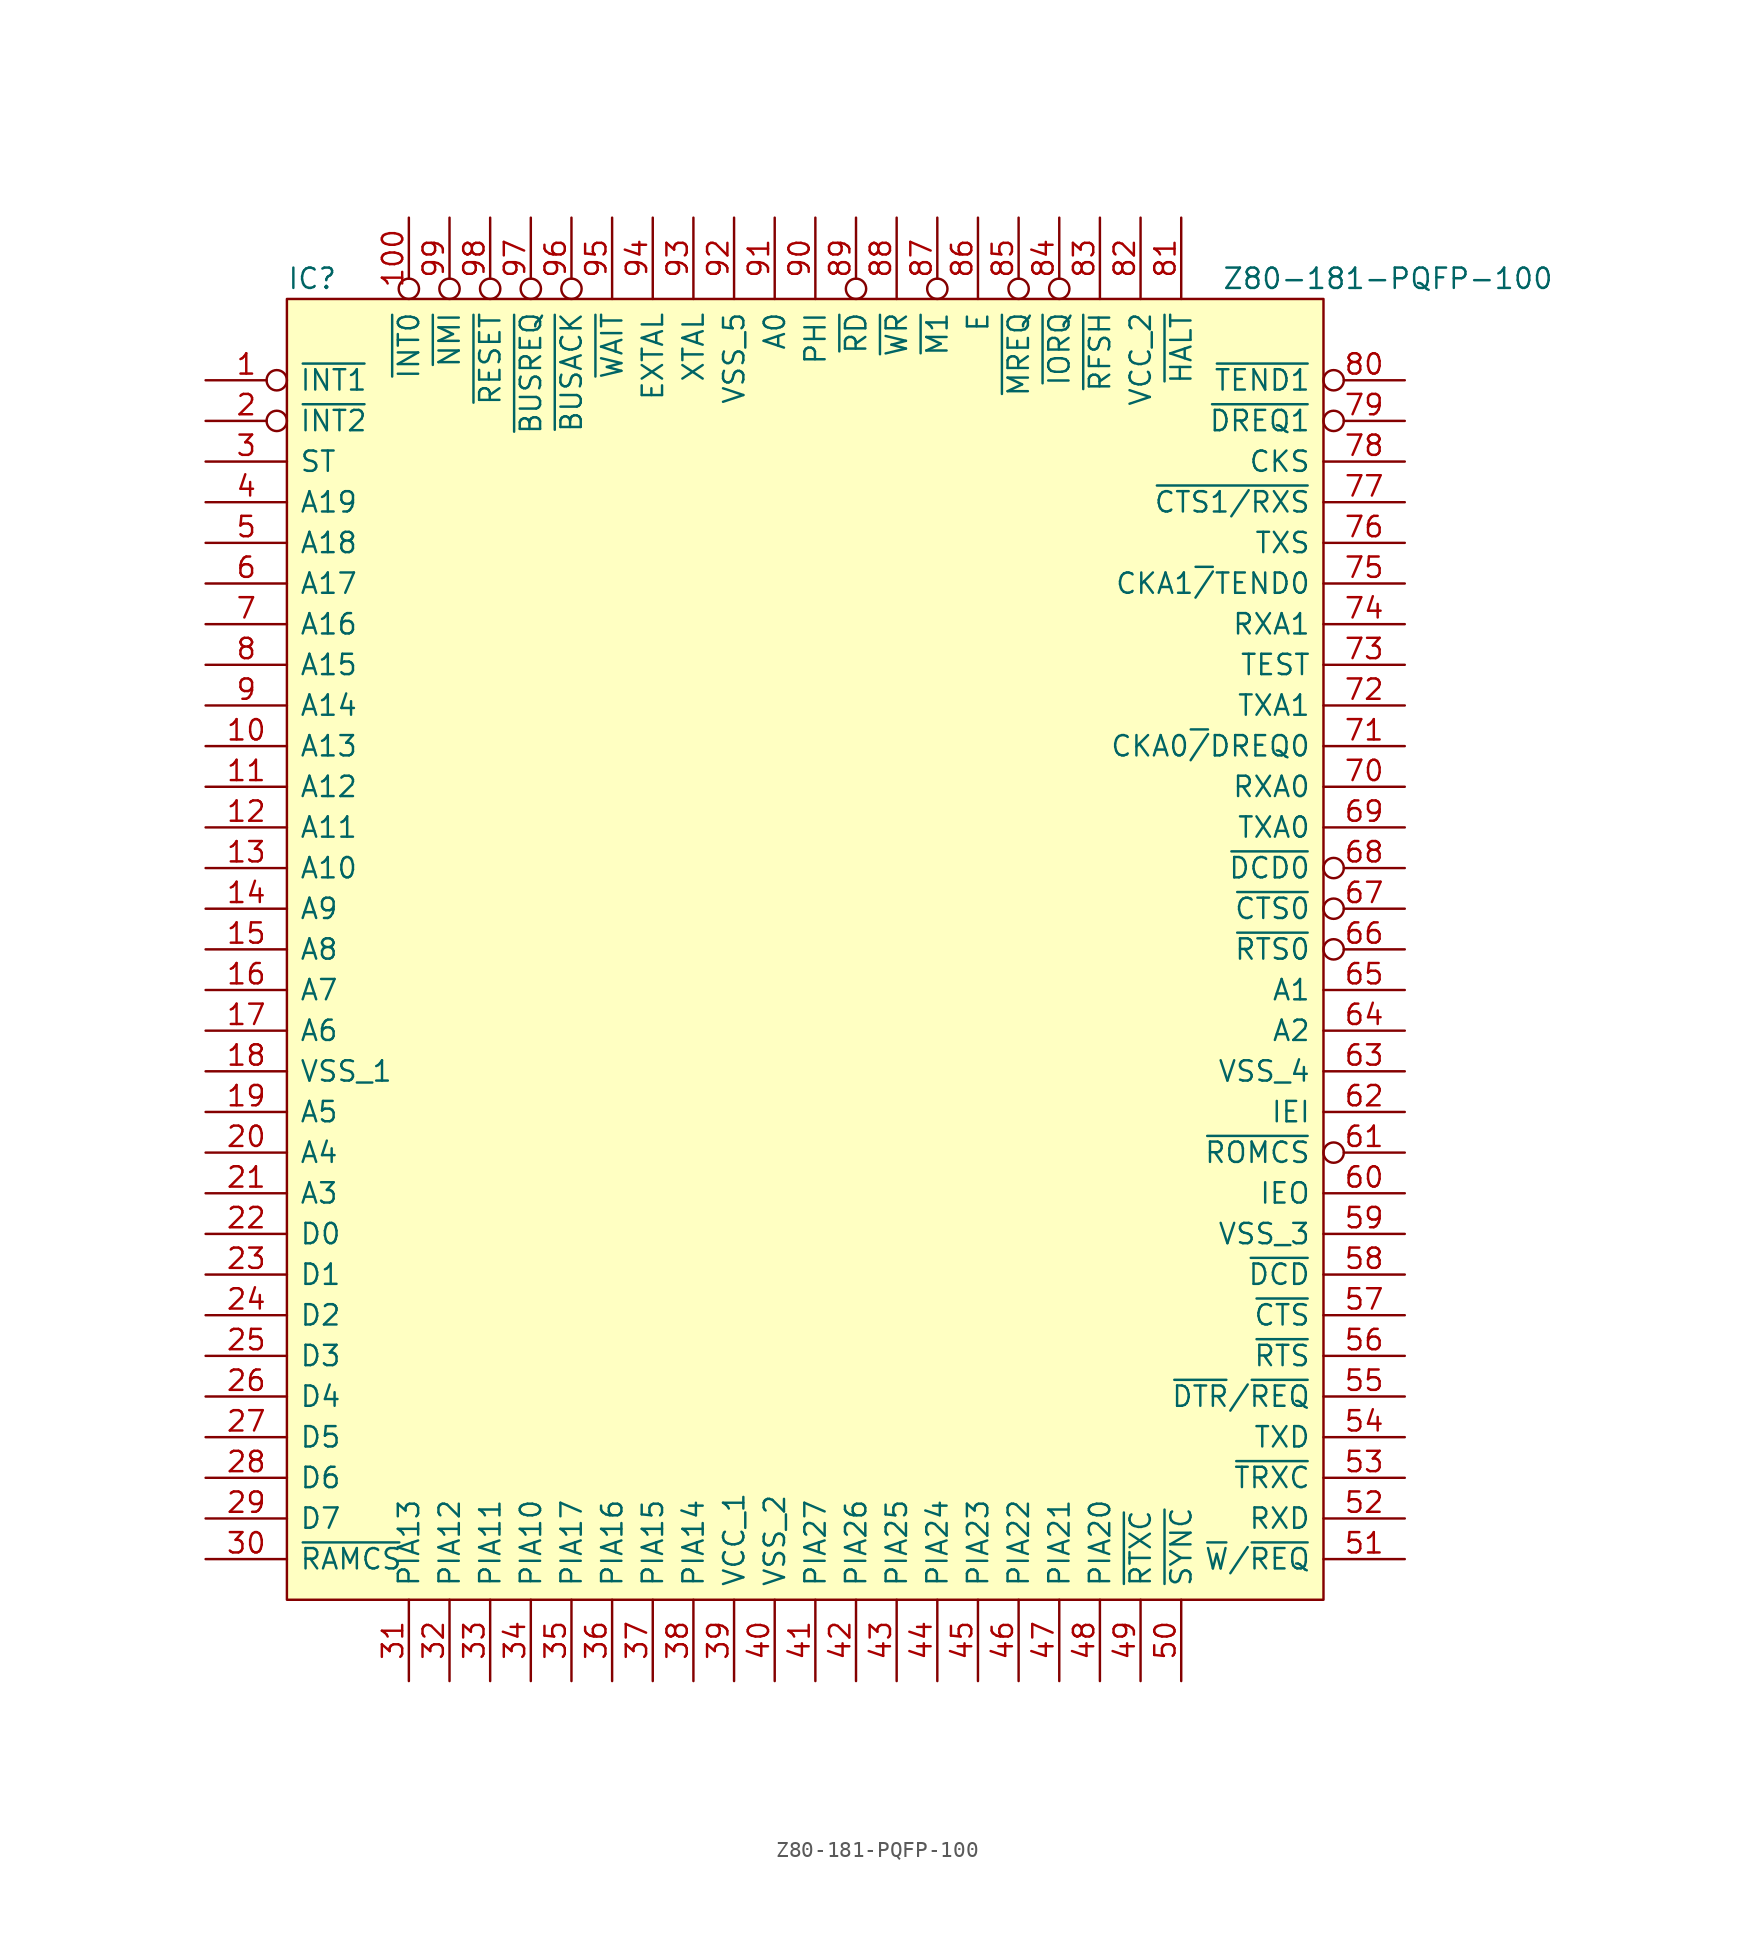
<source format=kicad_sym>
(kicad_symbol_lib
  (version 20231120)
  (generator "kicad_symbol_editor")
  (generator_version "8.0")
  (symbol "Z80-181-PQFP-100"
    (pin_names
      (offset 0.762))
    (property "Reference" "IC"
      (at 0 1.27 0)
      (effects (font (size 1.27 1.27)) (justify left)))
    (property "Value" "Z80-181-PQFP-100"
      (at 58.42 1.27 0)
      (effects (font (size 1.27 1.27)) (justify left)))
    (symbol "Z80-181-PQFP-100_0_0"
      (pin input inverted (at -5.08 -5.08 0) (length 5.08) (name "~{INT1}" (effects (font (size 1.27 1.27)))) (number "1" (effects (font (size 1.27 1.27)))))
      (pin tri_state line (at -5.08 -27.94 0) (length 5.08) (name "A13" (effects (font (size 1.27 1.27)))) (number "10" (effects (font (size 1.27 1.27)))))
      (pin bidirectional inverted (at 7.62 5.08 270) (length 5.08) (name "~{INT0}" (effects (font (size 1.27 1.27)))) (number "100" (effects (font (size 1.27 1.27)))))
      (pin tri_state line (at -5.08 -30.48 0) (length 5.08) (name "A12" (effects (font (size 1.27 1.27)))) (number "11" (effects (font (size 1.27 1.27)))))
      (pin tri_state line (at -5.08 -33.02 0) (length 5.08) (name "A11" (effects (font (size 1.27 1.27)))) (number "12" (effects (font (size 1.27 1.27)))))
      (pin tri_state line (at -5.08 -35.56 0) (length 5.08) (name "A10" (effects (font (size 1.27 1.27)))) (number "13" (effects (font (size 1.27 1.27)))))
      (pin tri_state line (at -5.08 -38.1 0) (length 5.08) (name "A9" (effects (font (size 1.27 1.27)))) (number "14" (effects (font (size 1.27 1.27)))))
      (pin tri_state line (at -5.08 -40.64 0) (length 5.08) (name "A8" (effects (font (size 1.27 1.27)))) (number "15" (effects (font (size 1.27 1.27)))))
      (pin tri_state line (at -5.08 -43.18 0) (length 5.08) (name "A7" (effects (font (size 1.27 1.27)))) (number "16" (effects (font (size 1.27 1.27)))))
      (pin tri_state line (at -5.08 -45.72 0) (length 5.08) (name "A6" (effects (font (size 1.27 1.27)))) (number "17" (effects (font (size 1.27 1.27)))))
      (pin bidirectional line (at -5.08 -48.26 0) (length 5.08) (name "VSS_1" (effects (font (size 1.27 1.27)))) (number "18" (effects (font (size 1.27 1.27)))))
      (pin tri_state line (at -5.08 -50.8 0) (length 5.08) (name "A5" (effects (font (size 1.27 1.27)))) (number "19" (effects (font (size 1.27 1.27)))))
      (pin input inverted (at -5.08 -7.62 0) (length 5.08) (name "~{INT2}" (effects (font (size 1.27 1.27)))) (number "2" (effects (font (size 1.27 1.27)))))
      (pin tri_state line (at -5.08 -53.34 0) (length 5.08) (name "A4" (effects (font (size 1.27 1.27)))) (number "20" (effects (font (size 1.27 1.27)))))
      (pin tri_state line (at -5.08 -55.88 0) (length 5.08) (name "A3" (effects (font (size 1.27 1.27)))) (number "21" (effects (font (size 1.27 1.27)))))
      (pin tri_state line (at -5.08 -58.42 0) (length 5.08) (name "D0" (effects (font (size 1.27 1.27)))) (number "22" (effects (font (size 1.27 1.27)))))
      (pin tri_state line (at -5.08 -60.96 0) (length 5.08) (name "D1" (effects (font (size 1.27 1.27)))) (number "23" (effects (font (size 1.27 1.27)))))
      (pin tri_state line (at -5.08 -63.5 0) (length 5.08) (name "D2" (effects (font (size 1.27 1.27)))) (number "24" (effects (font (size 1.27 1.27)))))
      (pin tri_state line (at -5.08 -66.04 0) (length 5.08) (name "D3" (effects (font (size 1.27 1.27)))) (number "25" (effects (font (size 1.27 1.27)))))
      (pin tri_state line (at -5.08 -68.58 0) (length 5.08) (name "D4" (effects (font (size 1.27 1.27)))) (number "26" (effects (font (size 1.27 1.27)))))
      (pin tri_state line (at -5.08 -71.12 0) (length 5.08) (name "D5" (effects (font (size 1.27 1.27)))) (number "27" (effects (font (size 1.27 1.27)))))
      (pin tri_state line (at -5.08 -73.66 0) (length 5.08) (name "D6" (effects (font (size 1.27 1.27)))) (number "28" (effects (font (size 1.27 1.27)))))
      (pin tri_state line (at -5.08 -76.2 0) (length 5.08) (name "D7" (effects (font (size 1.27 1.27)))) (number "29" (effects (font (size 1.27 1.27)))))
      (pin bidirectional line (at -5.08 -10.16 0) (length 5.08) (name "ST" (effects (font (size 1.27 1.27)))) (number "3" (effects (font (size 1.27 1.27)))))
      (pin bidirectional line (at -5.08 -78.74 0) (length 5.08) (name "~{RAMCS}" (effects (font (size 1.27 1.27)))) (number "30" (effects (font (size 1.27 1.27)))))
      (pin bidirectional line (at 7.62 -86.36 90) (length 5.08) (name "PIA13" (effects (font (size 1.27 1.27)))) (number "31" (effects (font (size 1.27 1.27)))))
      (pin bidirectional line (at 10.16 -86.36 90) (length 5.08) (name "PIA12" (effects (font (size 1.27 1.27)))) (number "32" (effects (font (size 1.27 1.27)))))
      (pin bidirectional line (at 12.7 -86.36 90) (length 5.08) (name "PIA11" (effects (font (size 1.27 1.27)))) (number "33" (effects (font (size 1.27 1.27)))))
      (pin bidirectional line (at 15.24 -86.36 90) (length 5.08) (name "PIA10" (effects (font (size 1.27 1.27)))) (number "34" (effects (font (size 1.27 1.27)))))
      (pin bidirectional line (at 17.78 -86.36 90) (length 5.08) (name "PIA17" (effects (font (size 1.27 1.27)))) (number "35" (effects (font (size 1.27 1.27)))))
      (pin bidirectional line (at 20.32 -86.36 90) (length 5.08) (name "PIA16" (effects (font (size 1.27 1.27)))) (number "36" (effects (font (size 1.27 1.27)))))
      (pin bidirectional line (at 22.86 -86.36 90) (length 5.08) (name "PIA15" (effects (font (size 1.27 1.27)))) (number "37" (effects (font (size 1.27 1.27)))))
      (pin bidirectional line (at 25.4 -86.36 90) (length 5.08) (name "PIA14" (effects (font (size 1.27 1.27)))) (number "38" (effects (font (size 1.27 1.27)))))
      (pin bidirectional line (at 27.94 -86.36 90) (length 5.08) (name "VCC_1" (effects (font (size 1.27 1.27)))) (number "39" (effects (font (size 1.27 1.27)))))
      (pin tri_state line (at -5.08 -12.7 0) (length 5.08) (name "A19" (effects (font (size 1.27 1.27)))) (number "4" (effects (font (size 1.27 1.27)))))
      (pin bidirectional line (at 30.48 -86.36 90) (length 5.08) (name "VSS_2" (effects (font (size 1.27 1.27)))) (number "40" (effects (font (size 1.27 1.27)))))
      (pin bidirectional line (at 33.02 -86.36 90) (length 5.08) (name "PIA27" (effects (font (size 1.27 1.27)))) (number "41" (effects (font (size 1.27 1.27)))))
      (pin bidirectional line (at 35.56 -86.36 90) (length 5.08) (name "PIA26" (effects (font (size 1.27 1.27)))) (number "42" (effects (font (size 1.27 1.27)))))
      (pin bidirectional line (at 38.1 -86.36 90) (length 5.08) (name "PIA25" (effects (font (size 1.27 1.27)))) (number "43" (effects (font (size 1.27 1.27)))))
      (pin bidirectional line (at 40.64 -86.36 90) (length 5.08) (name "PIA24" (effects (font (size 1.27 1.27)))) (number "44" (effects (font (size 1.27 1.27)))))
      (pin bidirectional line (at 43.18 -86.36 90) (length 5.08) (name "PIA23" (effects (font (size 1.27 1.27)))) (number "45" (effects (font (size 1.27 1.27)))))
      (pin bidirectional line (at 45.72 -86.36 90) (length 5.08) (name "PIA22" (effects (font (size 1.27 1.27)))) (number "46" (effects (font (size 1.27 1.27)))))
      (pin bidirectional line (at 48.26 -86.36 90) (length 5.08) (name "PIA21" (effects (font (size 1.27 1.27)))) (number "47" (effects (font (size 1.27 1.27)))))
      (pin bidirectional line (at 50.8 -86.36 90) (length 5.08) (name "PIA20" (effects (font (size 1.27 1.27)))) (number "48" (effects (font (size 1.27 1.27)))))
      (pin bidirectional line (at 53.34 -86.36 90) (length 5.08) (name "~{RTXC}" (effects (font (size 1.27 1.27)))) (number "49" (effects (font (size 1.27 1.27)))))
      (pin tri_state line (at -5.08 -15.24 0) (length 5.08) (name "A18" (effects (font (size 1.27 1.27)))) (number "5" (effects (font (size 1.27 1.27)))))
      (pin bidirectional line (at 55.88 -86.36 90) (length 5.08) (name "~{SYNC}" (effects (font (size 1.27 1.27)))) (number "50" (effects (font (size 1.27 1.27)))))
      (pin bidirectional line (at 69.85 -78.74 180) (length 5.08) (name "~{W}/~{REQ}" (effects (font (size 1.27 1.27)))) (number "51" (effects (font (size 1.27 1.27)))))
      (pin bidirectional line (at 69.85 -76.2 180) (length 5.08) (name "RXD" (effects (font (size 1.27 1.27)))) (number "52" (effects (font (size 1.27 1.27)))))
      (pin bidirectional line (at 69.85 -73.66 180) (length 5.08) (name "~{TRXC}" (effects (font (size 1.27 1.27)))) (number "53" (effects (font (size 1.27 1.27)))))
      (pin bidirectional line (at 69.85 -71.12 180) (length 5.08) (name "TXD" (effects (font (size 1.27 1.27)))) (number "54" (effects (font (size 1.27 1.27)))))
      (pin bidirectional line (at 69.85 -68.58 180) (length 5.08) (name "~{DTR}/~{REQ}" (effects (font (size 1.27 1.27)))) (number "55" (effects (font (size 1.27 1.27)))))
      (pin bidirectional line (at 69.85 -66.04 180) (length 5.08) (name "~{RTS}" (effects (font (size 1.27 1.27)))) (number "56" (effects (font (size 1.27 1.27)))))
      (pin bidirectional line (at 69.85 -63.5 180) (length 5.08) (name "~{CTS}" (effects (font (size 1.27 1.27)))) (number "57" (effects (font (size 1.27 1.27)))))
      (pin bidirectional line (at 69.85 -60.96 180) (length 5.08) (name "~{DCD}" (effects (font (size 1.27 1.27)))) (number "58" (effects (font (size 1.27 1.27)))))
      (pin bidirectional line (at 69.85 -58.42 180) (length 5.08) (name "VSS_3" (effects (font (size 1.27 1.27)))) (number "59" (effects (font (size 1.27 1.27)))))
      (pin tri_state line (at -5.08 -17.78 0) (length 5.08) (name "A17" (effects (font (size 1.27 1.27)))) (number "6" (effects (font (size 1.27 1.27)))))
      (pin output line (at 69.85 -55.88 180) (length 5.08) (name "IEO" (effects (font (size 1.27 1.27)))) (number "60" (effects (font (size 1.27 1.27)))))
      (pin output inverted (at 69.85 -53.34 180) (length 5.08) (name "~{ROMCS}" (effects (font (size 1.27 1.27)))) (number "61" (effects (font (size 1.27 1.27)))))
      (pin input line (at 69.85 -50.8 180) (length 5.08) (name "IEI" (effects (font (size 1.27 1.27)))) (number "62" (effects (font (size 1.27 1.27)))))
      (pin bidirectional line (at 69.85 -48.26 180) (length 5.08) (name "VSS_4" (effects (font (size 1.27 1.27)))) (number "63" (effects (font (size 1.27 1.27)))))
      (pin tri_state line (at 69.85 -45.72 180) (length 5.08) (name "A2" (effects (font (size 1.27 1.27)))) (number "64" (effects (font (size 1.27 1.27)))))
      (pin tri_state line (at 69.85 -43.18 180) (length 5.08) (name "A1" (effects (font (size 1.27 1.27)))) (number "65" (effects (font (size 1.27 1.27)))))
      (pin output inverted (at 69.85 -40.64 180) (length 5.08) (name "~{RTS0}" (effects (font (size 1.27 1.27)))) (number "66" (effects (font (size 1.27 1.27)))))
      (pin input inverted (at 69.85 -38.1 180) (length 5.08) (name "~{CTS0}" (effects (font (size 1.27 1.27)))) (number "67" (effects (font (size 1.27 1.27)))))
      (pin input inverted (at 69.85 -35.56 180) (length 5.08) (name "~{DCD0}" (effects (font (size 1.27 1.27)))) (number "68" (effects (font (size 1.27 1.27)))))
      (pin output line (at 69.85 -33.02 180) (length 5.08) (name "TXA0" (effects (font (size 1.27 1.27)))) (number "69" (effects (font (size 1.27 1.27)))))
      (pin tri_state line (at -5.08 -20.32 0) (length 5.08) (name "A16" (effects (font (size 1.27 1.27)))) (number "7" (effects (font (size 1.27 1.27)))))
      (pin input line (at 69.85 -30.48 180) (length 5.08) (name "RXA0" (effects (font (size 1.27 1.27)))) (number "70" (effects (font (size 1.27 1.27)))))
      (pin bidirectional line (at 69.85 -27.94 180) (length 5.08) (name "CKA0~{/}DREQ0" (effects (font (size 1.27 1.27)))) (number "71" (effects (font (size 1.27 1.27)))))
      (pin output line (at 69.85 -25.4 180) (length 5.08) (name "TXA1" (effects (font (size 1.27 1.27)))) (number "72" (effects (font (size 1.27 1.27)))))
      (pin bidirectional line (at 69.85 -22.86 180) (length 5.08) (name "TEST" (effects (font (size 1.27 1.27)))) (number "73" (effects (font (size 1.27 1.27)))))
      (pin input line (at 69.85 -20.32 180) (length 5.08) (name "RXA1" (effects (font (size 1.27 1.27)))) (number "74" (effects (font (size 1.27 1.27)))))
      (pin bidirectional line (at 69.85 -17.78 180) (length 5.08) (name "CKA1~{/}TEND0" (effects (font (size 1.27 1.27)))) (number "75" (effects (font (size 1.27 1.27)))))
      (pin output line (at 69.85 -15.24 180) (length 5.08) (name "TXS" (effects (font (size 1.27 1.27)))) (number "76" (effects (font (size 1.27 1.27)))))
      (pin bidirectional line (at 69.85 -12.7 180) (length 5.08) (name "~{CTS1/RXS}" (effects (font (size 1.27 1.27)))) (number "77" (effects (font (size 1.27 1.27)))))
      (pin bidirectional line (at 69.85 -10.16 180) (length 5.08) (name "CKS" (effects (font (size 1.27 1.27)))) (number "78" (effects (font (size 1.27 1.27)))))
      (pin input inverted (at 69.85 -7.62 180) (length 5.08) (name "~{DREQ1}" (effects (font (size 1.27 1.27)))) (number "79" (effects (font (size 1.27 1.27)))))
      (pin tri_state line (at -5.08 -22.86 0) (length 5.08) (name "A15" (effects (font (size 1.27 1.27)))) (number "8" (effects (font (size 1.27 1.27)))))
      (pin output inverted (at 69.85 -5.08 180) (length 5.08) (name "~{TEND1}" (effects (font (size 1.27 1.27)))) (number "80" (effects (font (size 1.27 1.27)))))
      (pin bidirectional line (at 55.88 5.08 270) (length 5.08) (name "~{HALT}" (effects (font (size 1.27 1.27)))) (number "81" (effects (font (size 1.27 1.27)))))
      (pin bidirectional line (at 53.34 5.08 270) (length 5.08) (name "VCC_2" (effects (font (size 1.27 1.27)))) (number "82" (effects (font (size 1.27 1.27)))))
      (pin tri_state line (at 50.8 5.08 270) (length 5.08) (name "~{RFSH}" (effects (font (size 1.27 1.27)))) (number "83" (effects (font (size 1.27 1.27)))))
      (pin tri_state inverted (at 48.26 5.08 270) (length 5.08) (name "~{IORQ}" (effects (font (size 1.27 1.27)))) (number "84" (effects (font (size 1.27 1.27)))))
      (pin tri_state inverted (at 45.72 5.08 270) (length 5.08) (name "~{MREQ}" (effects (font (size 1.27 1.27)))) (number "85" (effects (font (size 1.27 1.27)))))
      (pin output line (at 43.18 5.08 270) (length 5.08) (name "E" (effects (font (size 1.27 1.27)))) (number "86" (effects (font (size 1.27 1.27)))))
      (pin tri_state inverted (at 40.64 5.08 270) (length 5.08) (name "~{M1}" (effects (font (size 1.27 1.27)))) (number "87" (effects (font (size 1.27 1.27)))))
      (pin bidirectional line (at 38.1 5.08 270) (length 5.08) (name "~{WR}" (effects (font (size 1.27 1.27)))) (number "88" (effects (font (size 1.27 1.27)))))
      (pin tri_state inverted (at 35.56 5.08 270) (length 5.08) (name "~{RD}" (effects (font (size 1.27 1.27)))) (number "89" (effects (font (size 1.27 1.27)))))
      (pin tri_state line (at -5.08 -25.4 0) (length 5.08) (name "A14" (effects (font (size 1.27 1.27)))) (number "9" (effects (font (size 1.27 1.27)))))
      (pin input line (at 33.02 5.08 270) (length 5.08) (name "PHI" (effects (font (size 1.27 1.27)))) (number "90" (effects (font (size 1.27 1.27)))))
      (pin tri_state line (at 30.48 5.08 270) (length 5.08) (name "A0" (effects (font (size 1.27 1.27)))) (number "91" (effects (font (size 1.27 1.27)))))
      (pin bidirectional line (at 27.94 5.08 270) (length 5.08) (name "VSS_5" (effects (font (size 1.27 1.27)))) (number "92" (effects (font (size 1.27 1.27)))))
      (pin input line (at 25.4 5.08 270) (length 5.08) (name "XTAL" (effects (font (size 1.27 1.27)))) (number "93" (effects (font (size 1.27 1.27)))))
      (pin input line (at 22.86 5.08 270) (length 5.08) (name "EXTAL" (effects (font (size 1.27 1.27)))) (number "94" (effects (font (size 1.27 1.27)))))
      (pin bidirectional line (at 20.32 5.08 270) (length 5.08) (name "~{WAIT}" (effects (font (size 1.27 1.27)))) (number "95" (effects (font (size 1.27 1.27)))))
      (pin tri_state inverted (at 17.78 5.08 270) (length 5.08) (name "~{BUSACK}" (effects (font (size 1.27 1.27)))) (number "96" (effects (font (size 1.27 1.27)))))
      (pin input inverted (at 15.24 5.08 270) (length 5.08) (name "~{BUSREQ}" (effects (font (size 1.27 1.27)))) (number "97" (effects (font (size 1.27 1.27)))))
      (pin tri_state inverted (at 12.7 5.08 270) (length 5.08) (name "~{RESET}" (effects (font (size 1.27 1.27)))) (number "98" (effects (font (size 1.27 1.27)))))
      (pin input inverted (at 10.16 5.08 270) (length 5.08) (name "~{NMI}" (effects (font (size 1.27 1.27)))) (number "99" (effects (font (size 1.27 1.27))))))
    (symbol "Z80-181-PQFP-100_0_1"
      (rectangle (start 0 0) (end 64.77 -81.28) (stroke (width 0) (type solid)) (fill (type background))))))
</source>
